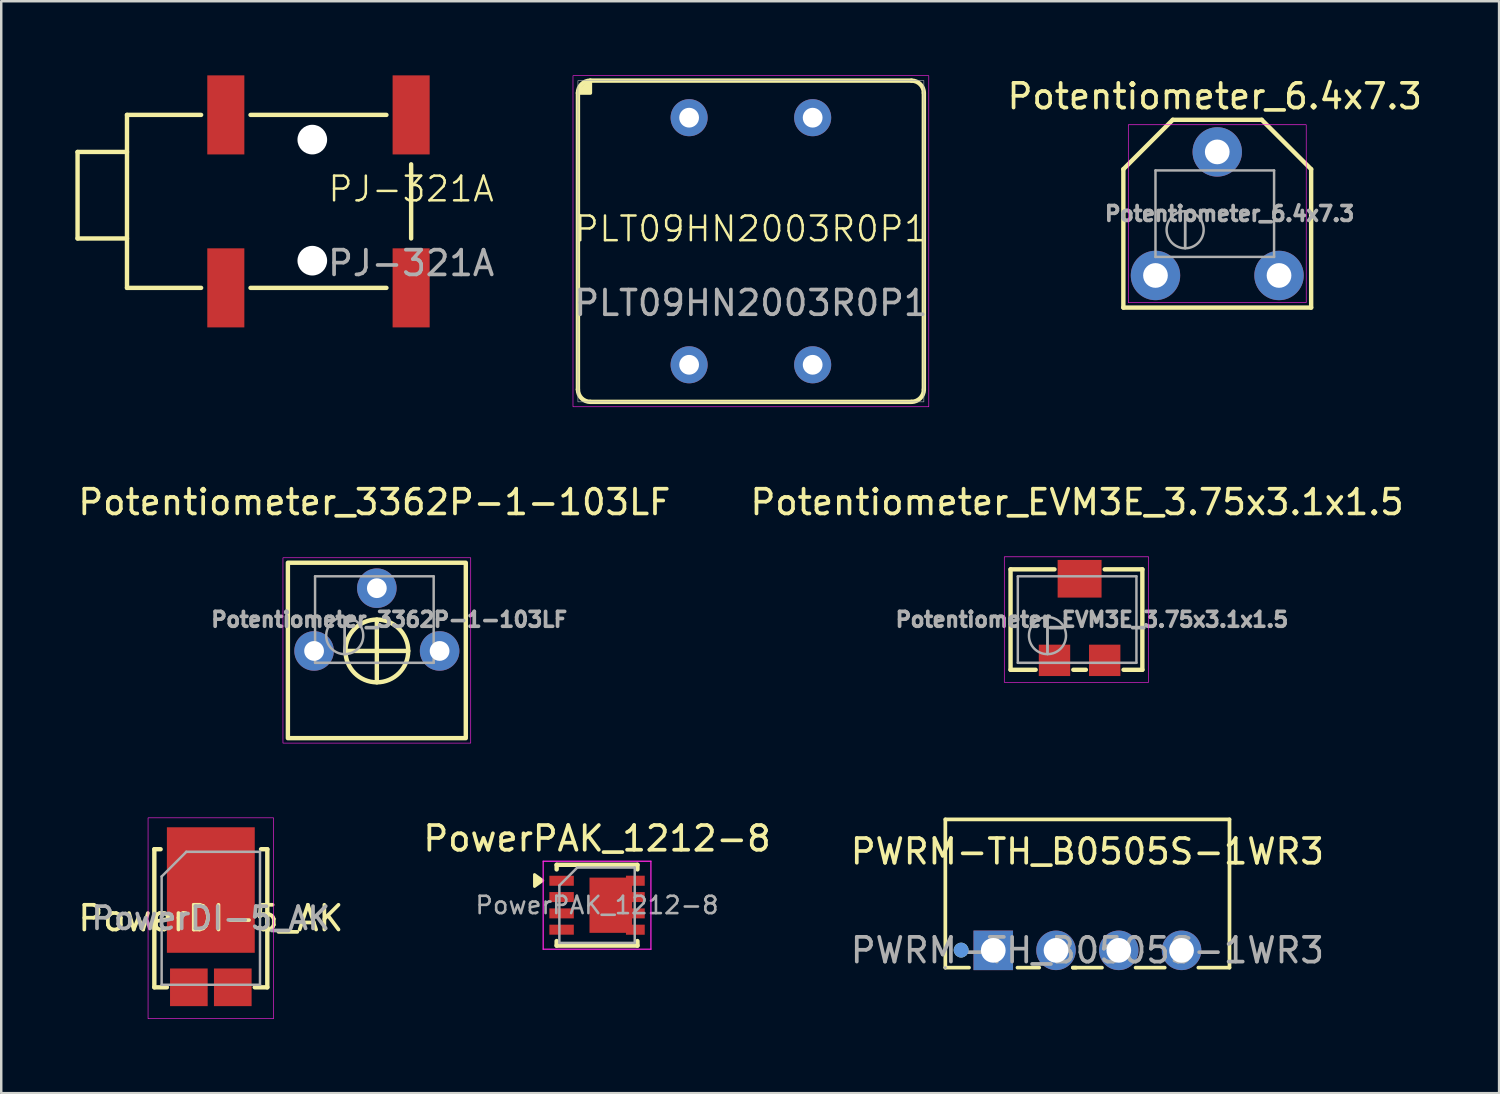
<source format=kicad_pcb>
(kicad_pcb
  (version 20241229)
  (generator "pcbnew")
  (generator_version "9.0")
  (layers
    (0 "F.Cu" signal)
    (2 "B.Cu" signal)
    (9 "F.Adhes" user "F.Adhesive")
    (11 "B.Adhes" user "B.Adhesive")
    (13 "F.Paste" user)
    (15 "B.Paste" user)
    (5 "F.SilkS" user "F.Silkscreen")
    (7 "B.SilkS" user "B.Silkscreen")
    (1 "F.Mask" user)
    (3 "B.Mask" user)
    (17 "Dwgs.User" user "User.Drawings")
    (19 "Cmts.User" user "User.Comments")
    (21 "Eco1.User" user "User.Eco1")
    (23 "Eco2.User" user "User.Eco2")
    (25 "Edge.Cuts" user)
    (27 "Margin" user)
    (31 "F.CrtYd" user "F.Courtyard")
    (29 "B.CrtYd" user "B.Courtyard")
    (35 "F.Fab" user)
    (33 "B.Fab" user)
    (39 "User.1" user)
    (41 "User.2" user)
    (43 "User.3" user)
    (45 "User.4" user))
  (footprint "PJ-321A"
    (layer "F.Cu")
    (at 13.589 5.1)
    (property "Reference" "PJ-321A" (at 0 -0.5 0) (unlocked yes) (layer "F.SilkS") (effects (font (size 1 1) (thickness 0.1))))
    (attr smd)
    (fp_line (start -13.5 -2) (end -11.5 -2) (stroke (width 0.178) (type default)) (layer "F.SilkS"))
    (fp_line (start -13.5 1.5) (end -13.5 -2) (stroke (width 0.178) (type default)) (layer "F.SilkS"))
    (fp_line (start -13.5 1.5) (end -11.5 1.5) (stroke (width 0.178) (type default)) (layer "F.SilkS"))
    (fp_line (start -11.5 -3.5) (end -11.5 3.5) (stroke (width 0.178) (type default)) (layer "F.SilkS"))
    (fp_line (start -11.5 -3.5) (end -8.5 -3.5) (stroke (width 0.178) (type default)) (layer "F.SilkS"))
    (fp_line (start -11.5 3.5) (end -8.5 3.5) (stroke (width 0.178) (type default)) (layer "F.SilkS"))
    (fp_line (start -6.5 -3.5) (end -1 -3.5) (stroke (width 0.178) (type default)) (layer "F.SilkS"))
    (fp_line (start -6.5 3.5) (end -1 3.5) (stroke (width 0.178) (type default)) (layer "F.SilkS"))
    (fp_line (start 0 -1.5) (end 0 1.5) (stroke (width 0.178) (type default)) (layer "F.SilkS"))
    (fp_text user "${REFERENCE}" (at 0 2.5 0) (unlocked yes) (layer "F.Fab") (effects (font (size 1 1) (thickness 0.15))))
    (pad "" np_thru_hole circle (at -4 -2.5) (size 1.2 1.2) (drill 1.2) (layers "*.Cu" "*.Mask"))
    (pad "" np_thru_hole circle (at -4 2.4) (size 1.2 1.2) (drill 1.2) (layers "*.Cu" "*.Mask"))
    (pad "R" smd rect (at -7.5 -3.5) (size 1.5 3.2) (layers "F.Cu" "F.Mask" "F.Paste"))
    (pad "R" smd rect (at -7.5 3.5) (size 1.5 3.2) (layers "F.Cu" "F.Mask" "F.Paste"))
    (pad "S" smd rect (at 0 3.5) (size 1.5 3.2) (layers "F.Cu" "F.Mask" "F.Paste"))
    (pad "T" smd rect (at 0 -3.5) (size 1.5 3.2) (layers "F.Cu" "F.Mask" "F.Paste")))
  (footprint "Potentiometer_EVM3E_3.75x3.1x1.5"
    (layer "F.Cu")
    (at 40.642 22.024)
    (property "Reference" "Potentiometer_EVM3E_3.75x3.1x1.5" (at -0.1 -4.75 0) (layer "F.SilkS") (effects (font (size 1 1) (thickness 0.15))))
    (attr smd)
    (fp_line (start -2.794 -2.032) (end -2.794 2.032) (stroke (width 0.178) (type solid)) (layer "F.SilkS"))
    (fp_line (start -2.794 2.032) (end -1.778 2.032) (stroke (width 0.178) (type solid)) (layer "F.SilkS"))
    (fp_line (start -1.016 -2.032) (end -2.794 -2.032) (stroke (width 0.178) (type solid)) (layer "F.SilkS"))
    (fp_line (start 0.254 2.032) (end -0.254 2.032) (stroke (width 0.178) (type solid)) (layer "F.SilkS"))
    (fp_line (start 1.778 2.032) (end 2.54 2.032) (stroke (width 0.178) (type solid)) (layer "F.SilkS"))
    (fp_line (start 2.54 -2.032) (end 1.016 -2.032) (stroke (width 0.178) (type solid)) (layer "F.SilkS"))
    (fp_line (start 2.54 2.032) (end 2.54 -2.032) (stroke (width 0.178) (type solid)) (layer "F.SilkS"))
    (fp_rect (start -3.048 2.54) (end 2.794 -2.54) (stroke (width 0.025) (type solid)) (fill no) (layer "F.CrtYd"))
    (fp_line (start -2.5 -1.75) (end -2.5 1.75) (stroke (width 0.1) (type solid)) (layer "F.Fab"))
    (fp_line (start -2.5 1.75) (end 2.3 1.75) (stroke (width 0.1) (type solid)) (layer "F.Fab"))
    (fp_line (start -1.3 1.393) (end -1.299 -0.092) (stroke (width 0.1) (type solid)) (layer "F.Fab"))
    (fp_line (start -1.3 1.393) (end -1.299 -0.092) (stroke (width 0.1) (type solid)) (layer "F.Fab"))
    (fp_line (start 2.3 -1.75) (end -2.5 -1.75) (stroke (width 0.1) (type solid)) (layer "F.Fab"))
    (fp_line (start 2.3 1.75) (end 2.3 -1.75) (stroke (width 0.1) (type solid)) (layer "F.Fab"))
    (fp_circle (center -1.3 0.65) (end -0.55 0.65) (stroke (width 0.1) (type solid)) (fill no) (layer "F.Fab"))
    (fp_text user "${REFERENCE}" (at 0.5 0 0) (layer "F.Fab") (effects (font (size 0.6 0.6) (thickness 0.15))))
    (pad "1" smd rect (at -1.016 1.651) (size 1.27 1.27) (layers "F.Cu" "F.Mask" "F.Paste"))
    (pad "2" smd rect (at 0 -1.651) (size 1.778 1.524) (layers "F.Cu" "F.Mask" "F.Paste"))
    (pad "3" smd rect (at 1.016 1.651) (size 1.27 1.27) (layers "F.Cu" "F.Mask" "F.Paste")))
  (footprint "PLT09HN2003R0P1"
    (layer "F.Cu")
    (at 27.339 6.713)
    (property "Reference" "PLT09HN2003R0P1" (at 0 -0.5 0) (unlocked yes) (layer "F.SilkS") (effects (font (size 1 1) (thickness 0.1))))
    (attr through_hole)
    (fp_line (start -7 6) (end -7 -6) (stroke (width 0.178) (type default)) (layer "F.SilkS"))
    (fp_line (start -6.5 -6.5) (end 6.5 -6.5) (stroke (width 0.178) (type default)) (layer "F.SilkS"))
    (fp_line (start 6.5 6.5) (end -6.5 6.5) (stroke (width 0.178) (type default)) (layer "F.SilkS"))
    (fp_line (start 7 -6) (end 7 6) (stroke (width 0.178) (type default)) (layer "F.SilkS"))
    (fp_arc (start -7 -6) (mid -6.853553 -6.353553) (end -6.5 -6.5) (stroke (width 0.1778) (type default)) (layer "F.SilkS"))
    (fp_arc (start -6.5 6.5) (mid -6.853553 6.353553) (end -7 6) (stroke (width 0.1778) (type default)) (layer "F.SilkS"))
    (fp_arc (start 6.5 -6.5) (mid 6.853553 -6.353553) (end 7 -6) (stroke (width 0.1778) (type default)) (layer "F.SilkS"))
    (fp_arc (start 7 6) (mid 6.853553 6.353553) (end 6.5 6.5) (stroke (width 0.1778) (type default)) (layer "F.SilkS"))
    (fp_poly (pts (xy -7 -6) (xy -6.5 -6) (xy -6.5 -6.5)) (stroke (width 0.15) (type solid)) (fill yes) (layer "F.SilkS"))
    (fp_rect (start -7.2 -6.7) (end 7.2 6.7) (stroke (width 0.025) (type default)) (fill no) (layer "F.CrtYd"))
    (fp_rect (start -7 -6.5) (end 7 6.5) (stroke (width 0.025) (type default)) (fill no) (layer "F.Fab"))
    (fp_text user "${REFERENCE}" (at 0 2.5 0) (unlocked yes) (layer "F.Fab") (effects (font (size 1 1) (thickness 0.15))))
    (pad "1" thru_hole circle (at -2.5 -5) (size 1.5 1.5) (drill 0.8) (layers "*.Cu" "*.Mask"))
    (pad "2" thru_hole circle (at 2.5 -5) (size 1.5 1.5) (drill 0.8) (layers "*.Cu" "*.Mask"))
    (pad "3" thru_hole circle (at 2.5 5) (size 1.5 1.5) (drill 0.8) (layers "*.Cu" "*.Mask"))
    (pad "4" thru_hole circle (at -2.5 5) (size 1.5 1.5) (drill 0.8) (layers "*.Cu" "*.Mask")))
  (footprint "PowerDI-5_AK"
    (layer "F.Cu")
    (at 5.482 34.113)
    (property "Reference" "PowerDI-5_AK" (at 0 0 180) (layer "F.SilkS") (effects (font (size 1 1) (thickness 0.15))))
    (attr smd)
    (fp_line (start -2.286 -2.794) (end -2.286 2.794) (stroke (width 0.178) (type solid)) (layer "F.SilkS"))
    (fp_line (start -2.286 2.794) (end -1.778 2.794) (stroke (width 0.178) (type solid)) (layer "F.SilkS"))
    (fp_line (start -2.032 -2.794) (end -2.286 -2.794) (stroke (width 0.178) (type solid)) (layer "F.SilkS"))
    (fp_line (start 1.778 2.794) (end 2.286 2.794) (stroke (width 0.178) (type solid)) (layer "F.SilkS"))
    (fp_line (start 2.286 -2.794) (end 2.032 -2.794) (stroke (width 0.178) (type solid)) (layer "F.SilkS"))
    (fp_line (start 2.286 2.794) (end 2.286 -2.794) (stroke (width 0.178) (type solid)) (layer "F.SilkS"))
    (fp_rect (start -2.54 4.064) (end 2.54 -4.064) (stroke (width 0.025) (type solid)) (fill no) (layer "F.CrtYd"))
    (fp_line (start -1.99 -1.69) (end -1.99 2.69) (stroke (width 0.1) (type solid)) (layer "F.Fab"))
    (fp_line (start -1.99 -1.69) (end -0.99 -2.69) (stroke (width 0.1) (type solid)) (layer "F.Fab"))
    (fp_line (start -1.99 2.69) (end 1.99 2.69) (stroke (width 0.1) (type solid)) (layer "F.Fab"))
    (fp_line (start 1.99 -2.69) (end -1 -2.69) (stroke (width 0.1) (type solid)) (layer "F.Fab"))
    (fp_line (start 1.99 2.69) (end 1.99 -2.69) (stroke (width 0.1) (type solid)) (layer "F.Fab"))
    (fp_text user "${REFERENCE}" (at 0 0 0) (layer "F.Fab") (effects (font (size 0.9 0.9) (thickness 0.15))))
    (pad "" smd rect (at -1.016 -2.794) (size 1.27 1.27) (layers "F.Paste"))
    (pad "" smd rect (at -1.016 -1.143) (size 1.27 1.27) (layers "F.Paste"))
    (pad "" smd rect (at -1.016 0.508) (size 1.27 1.27) (layers "F.Paste"))
    (pad "" smd rect (at 1.016 -2.794) (size 1.27 1.27) (layers "F.Paste"))
    (pad "" smd rect (at 1.016 -1.143) (size 1.27 1.27) (layers "F.Paste"))
    (pad "" smd rect (at 1.016 0.508) (size 1.27 1.27) (layers "F.Paste"))
    (pad "A" smd rect (at -0.889 2.794) (size 1.524 1.524) (layers "F.Cu" "F.Mask" "F.Paste"))
    (pad "A" smd rect (at 0.889 2.794) (size 1.524 1.524) (layers "F.Cu" "F.Mask" "F.Paste"))
    (pad "K" smd rect (at 0 -1.143) (size 3.556 5.08) (layers "F.Cu" "F.Mask")))
  (footprint "PWRM-TH_B0505S-1WR3"
    (layer "F.Cu")
    (at 40.958 35.411)
    (property "Reference" "PWRM-TH_B0505S-1WR3" (at 0 -4 0) (layer "F.SilkS") (effects (font (size 1 1) (thickness 0.15))))
    (attr through_hole)
    (fp_line (start -5.75 -5.3) (end -5.75 0.7) (stroke (width 0.15) (type solid)) (layer "F.SilkS"))
    (fp_line (start -5.75 0.7) (end -4.79 0.7) (stroke (width 0.15) (type solid)) (layer "F.SilkS"))
    (fp_line (start -2.83 0.7) (end -1.95 0.7) (stroke (width 0.15) (type solid)) (layer "F.SilkS"))
    (fp_line (start -0.59 0.7) (end -0.46 0.7) (stroke (width 0.15) (type solid)) (layer "F.SilkS"))
    (fp_line (start -0.59 0.7) (end 0.59 0.7) (stroke (width 0.15) (type solid)) (layer "F.SilkS"))
    (fp_line (start 1.95 0.7) (end 3.13 0.7) (stroke (width 0.15) (type solid)) (layer "F.SilkS"))
    (fp_line (start 4.49 0.7) (end 5.75 0.7) (stroke (width 0.15) (type solid)) (layer "F.SilkS"))
    (fp_line (start 5.75 -5.3) (end -5.75 -5.3) (stroke (width 0.15) (type solid)) (layer "F.SilkS"))
    (fp_line (start 5.75 0.7) (end 5.75 -5.3) (stroke (width 0.15) (type solid)) (layer "F.SilkS"))
    (fp_circle (center -5.11 -0.01) (end -4.96 -0.01) (stroke (width 0.3) (type solid)) (fill no) (layer "F.SilkS"))
    (fp_circle (center -5.11 -0.01) (end -4.96 -0.01) (stroke (width 0.3) (type solid)) (fill no) (layer "Cmts.User"))
    (fp_circle (center -5.75 0.7) (end -5.72 0.7) (stroke (width 0.06) (type solid)) (fill no) (layer "F.Fab"))
    (fp_text user "${REFERENCE}" (at 0 0 0) (layer "F.Fab") (effects (font (size 1 1) (thickness 0.15))))
    (pad "1" thru_hole rect (at -3.81 0) (size 1.6 1.6) (drill 1) (layers "*.Cu" "*.Mask"))
    (pad "2" thru_hole circle (at -1.27 0) (size 1.6 1.6) (drill 1) (layers "*.Cu" "*.Mask"))
    (pad "3" thru_hole circle (at 1.27 0) (size 1.6 1.6) (drill 1) (layers "*.Cu" "*.Mask"))
    (pad "4" thru_hole circle (at 3.81 0) (size 1.6 1.6) (drill 1) (layers "*.Cu" "*.Mask")))
  (footprint "Potentiometer_3362P-1-103LF"
    (layer "F.Cu")
    (at 12.201 22.024)
    (property "Reference" "Potentiometer_3362P-1-103LF" (at -0.1 -4.75 0) (layer "F.SilkS") (effects (font (size 1 1) (thickness 0.15))))
    (attr through_hole)
    (fp_line (start 0 2.54) (end 0 0) (stroke (width 0.178) (type solid)) (layer "F.SilkS"))
    (fp_line (start 1.27 1.27) (end -1.27 1.27) (stroke (width 0.178) (type solid)) (layer "F.SilkS"))
    (fp_rect (start -3.6 -2.3) (end 3.6 4.8) (stroke (width 0.178) (type solid)) (fill no) (layer "F.SilkS"))
    (fp_circle (center 0 1.27) (end 1.27 1.27) (stroke (width 0.178) (type solid)) (fill no) (layer "F.SilkS"))
    (fp_rect (start -3.8 5) (end 3.8 -2.5) (stroke (width 0.025) (type solid)) (fill no) (layer "F.CrtYd"))
    (fp_line (start -2.5 -1.75) (end -2.5 1.75) (stroke (width 0.1) (type solid)) (layer "F.Fab"))
    (fp_line (start -2.5 1.75) (end 2.3 1.75) (stroke (width 0.1) (type solid)) (layer "F.Fab"))
    (fp_line (start -1.3 1.393) (end -1.299 -0.092) (stroke (width 0.1) (type solid)) (layer "F.Fab"))
    (fp_line (start -1.3 1.393) (end -1.299 -0.092) (stroke (width 0.1) (type solid)) (layer "F.Fab"))
    (fp_line (start 2.3 -1.75) (end -2.5 -1.75) (stroke (width 0.1) (type solid)) (layer "F.Fab"))
    (fp_line (start 2.3 1.75) (end 2.3 -1.75) (stroke (width 0.1) (type solid)) (layer "F.Fab"))
    (fp_circle (center -1.3 0.65) (end -0.55 0.65) (stroke (width 0.1) (type solid)) (fill no) (layer "F.Fab"))
    (fp_text user "${REFERENCE}" (at 0.5 0 0) (layer "F.Fab") (effects (font (size 0.6 0.6) (thickness 0.15))))
    (pad "1" thru_hole circle (at -2.54 1.27) (size 1.6 1.6) (drill 0.8) (layers "*.Cu" "*.Mask"))
    (pad "2" thru_hole circle (at 0 -1.27) (size 1.6 1.6) (drill 0.8) (layers "*.Cu" "*.Mask"))
    (pad "3" thru_hole circle (at 2.54 1.27) (size 1.6 1.6) (drill 0.8) (layers "*.Cu" "*.Mask")))
  (footprint "Potentiometer_6.4x7.3"
    (layer "F.Cu")
    (at 46.213 5.598)
    (property "Reference" "Potentiometer_6.4x7.3" (at -0.1 -4.75 0) (layer "F.SilkS") (effects (font (size 1 1) (thickness 0.15))))
    (attr through_hole)
    (fp_line (start -3.8 -1.8) (end -1.8 -3.8) (stroke (width 0.178) (type default)) (layer "F.SilkS"))
    (fp_line (start -3.8 3.8) (end -3.8 -1.8) (stroke (width 0.178) (type default)) (layer "F.SilkS"))
    (fp_line (start -1.8 -3.8) (end 1.8 -3.8) (stroke (width 0.178) (type default)) (layer "F.SilkS"))
    (fp_line (start 1.8 -3.8) (end 3.8 -1.8) (stroke (width 0.178) (type default)) (layer "F.SilkS"))
    (fp_line (start 3.8 -1.8) (end 3.8 3.8) (stroke (width 0.178) (type default)) (layer "F.SilkS"))
    (fp_line (start 3.8 3.8) (end -3.8 3.8) (stroke (width 0.178) (type default)) (layer "F.SilkS"))
    (fp_rect (start -3.6 3.6) (end 3.6 -3.6) (stroke (width 0.025) (type solid)) (fill no) (layer "F.CrtYd"))
    (fp_line (start -2.5 -1.75) (end -2.5 1.75) (stroke (width 0.1) (type solid)) (layer "F.Fab"))
    (fp_line (start -2.5 1.75) (end 2.3 1.75) (stroke (width 0.1) (type solid)) (layer "F.Fab"))
    (fp_line (start -1.3 1.393) (end -1.299 -0.092) (stroke (width 0.1) (type solid)) (layer "F.Fab"))
    (fp_line (start -1.3 1.393) (end -1.299 -0.092) (stroke (width 0.1) (type solid)) (layer "F.Fab"))
    (fp_line (start 2.3 -1.75) (end -2.5 -1.75) (stroke (width 0.1) (type solid)) (layer "F.Fab"))
    (fp_line (start 2.3 1.75) (end 2.3 -1.75) (stroke (width 0.1) (type solid)) (layer "F.Fab"))
    (fp_circle (center -1.3 0.65) (end -0.55 0.65) (stroke (width 0.1) (type solid)) (fill no) (layer "F.Fab"))
    (fp_text user "${REFERENCE}" (at 0.5 0 0) (layer "F.Fab") (effects (font (size 0.6 0.6) (thickness 0.15))))
    (pad "1" thru_hole circle (at -2.5 2.5) (size 2 2) (drill 1) (layers "*.Cu" "*.Mask"))
    (pad "2" thru_hole circle (at 0 -2.5) (size 2 2) (drill 1) (layers "*.Cu" "*.Mask"))
    (pad "3" thru_hole circle (at 2.5 2.5) (size 2 2) (drill 1) (layers "*.Cu" "*.Mask")))
  (footprint "PowerPAK_1212-8"
    (layer "F.Cu")
    (at 21.113 33.585)
    (property "Reference" "PowerPAK_1212-8" (at 0 -2.7 0) (layer "F.SilkS") (effects (font (size 1 1) (thickness 0.15))))
    (attr smd)
    (fp_line (start -1.635 -1.635) (end -1.635 -1.45) (stroke (width 0.178) (type solid)) (layer "F.SilkS"))
    (fp_line (start -1.635 -1.635) (end 1.635 -1.635) (stroke (width 0.178) (type solid)) (layer "F.SilkS"))
    (fp_line (start -1.635 1.45) (end -1.635 1.635) (stroke (width 0.178) (type solid)) (layer "F.SilkS"))
    (fp_line (start -1.635 1.635) (end 1.635 1.635) (stroke (width 0.178) (type solid)) (layer "F.SilkS"))
    (fp_line (start 1.635 -1.635) (end 1.635 -1.45) (stroke (width 0.178) (type solid)) (layer "F.SilkS"))
    (fp_line (start 1.635 1.45) (end 1.635 1.635) (stroke (width 0.178) (type solid)) (layer "F.SilkS"))
    (fp_poly (pts (xy -2.2 -1) (xy -2.53 -0.76) (xy -2.53 -1.24) (xy -2.2 -1)) (stroke (width 0.12) (type solid)) (fill yes) (layer "F.SilkS"))
    (fp_line (start -2.18 -1.78) (end -2.18 1.78) (stroke (width 0.05) (type solid)) (layer "F.CrtYd"))
    (fp_line (start -2.18 -1.78) (end 2.18 -1.78) (stroke (width 0.05) (type solid)) (layer "F.CrtYd"))
    (fp_line (start -2.18 1.78) (end 2.18 1.78) (stroke (width 0.05) (type solid)) (layer "F.CrtYd"))
    (fp_line (start 2.18 -1.78) (end 2.18 1.78) (stroke (width 0.05) (type solid)) (layer "F.CrtYd"))
    (fp_line (start -1.525 -0.8) (end -1.525 1.525) (stroke (width 0.1) (type solid)) (layer "F.Fab"))
    (fp_line (start -1.525 -0.8) (end -0.8 -1.525) (stroke (width 0.1) (type solid)) (layer "F.Fab"))
    (fp_line (start -1.525 1.525) (end 1.525 1.525) (stroke (width 0.1) (type solid)) (layer "F.Fab"))
    (fp_line (start -0.8 -1.525) (end 1.525 -1.525) (stroke (width 0.1) (type solid)) (layer "F.Fab"))
    (fp_line (start 1.525 -1.525) (end 1.525 1.525) (stroke (width 0.1) (type solid)) (layer "F.Fab"))
    (fp_text user "${REFERENCE}" (at 0 0 0) (layer "F.Fab") (effects (font (size 0.7 0.7) (thickness 0.105))))
    (pad "D" smd custom (at 0.557 0) (size 1.725 2.235) (layers "F.Cu" "F.Mask" "F.Paste") (options (anchor rect)) (primitives (gr_poly (pts (xy 1.373 -0.787) (xy 0.863 -0.787) (xy 0.863 -0.532) (xy 1.373 -0.532) (xy 1.373 -0.128) (xy 0.863 -0.128) (xy 0.863 0.128) (xy 1.373 0.128) (xy 1.373 0.532) (xy 0.863 0.532) (xy 0.863 0.787) (xy 1.373 0.787) (xy 1.373 1.195) (xy 0.613 1.195) (xy 0.613 -1.195) (xy 1.373 -1.195)) (width 0) (fill yes))))
    (pad "G" smd rect (at -1.435 0.99) (size 0.99 0.405) (layers "F.Cu" "F.Mask" "F.Paste"))
    (pad "S" smd rect (at -1.435 -0.99) (size 0.99 0.405) (layers "F.Cu" "F.Mask" "F.Paste"))
    (pad "S" smd rect (at -1.435 -0.33) (size 0.99 0.405) (layers "F.Cu" "F.Mask" "F.Paste"))
    (pad "S" smd rect (at -1.435 0.33) (size 0.99 0.405) (layers "F.Cu" "F.Mask" "F.Paste")))
  (gr_rect
    (start -3 -3)
    (end 57.619 41.19)
    (stroke (width 0.1) (type default))
    (fill no)
    (layer "Edge.Cuts")))
</source>
